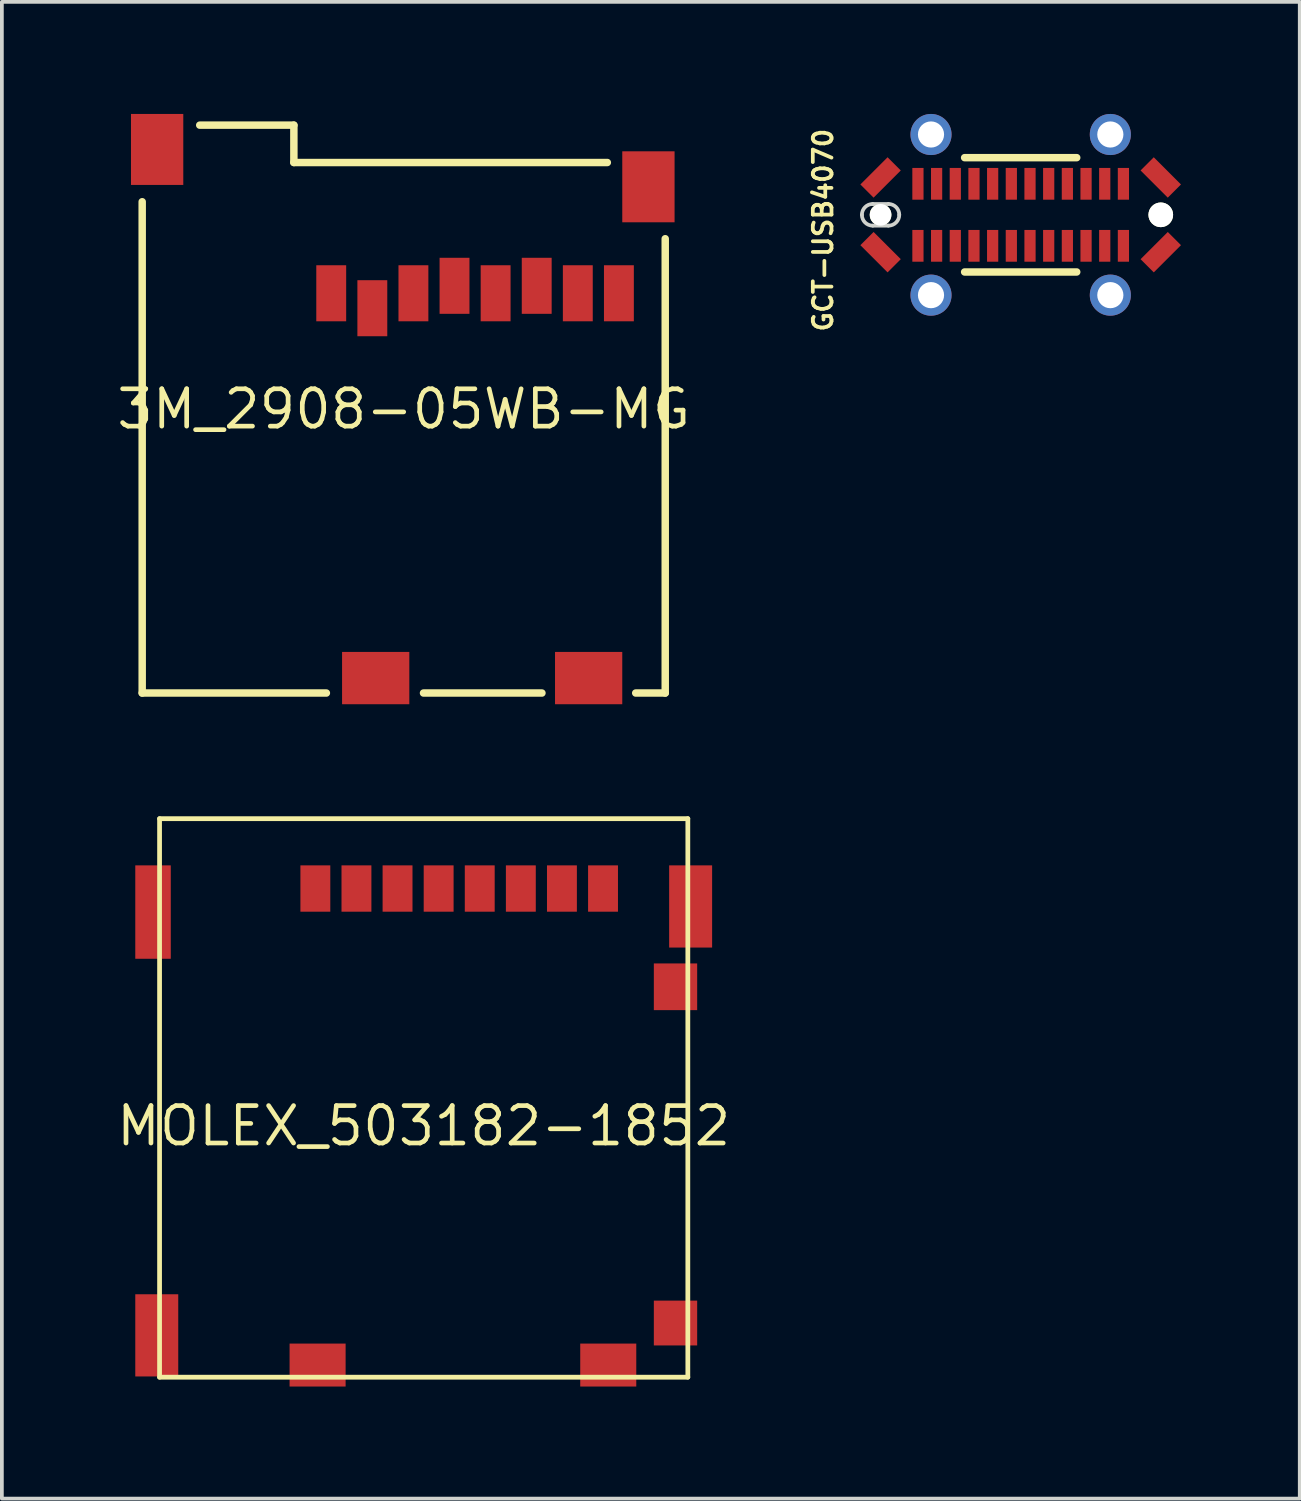
<source format=kicad_pcb>
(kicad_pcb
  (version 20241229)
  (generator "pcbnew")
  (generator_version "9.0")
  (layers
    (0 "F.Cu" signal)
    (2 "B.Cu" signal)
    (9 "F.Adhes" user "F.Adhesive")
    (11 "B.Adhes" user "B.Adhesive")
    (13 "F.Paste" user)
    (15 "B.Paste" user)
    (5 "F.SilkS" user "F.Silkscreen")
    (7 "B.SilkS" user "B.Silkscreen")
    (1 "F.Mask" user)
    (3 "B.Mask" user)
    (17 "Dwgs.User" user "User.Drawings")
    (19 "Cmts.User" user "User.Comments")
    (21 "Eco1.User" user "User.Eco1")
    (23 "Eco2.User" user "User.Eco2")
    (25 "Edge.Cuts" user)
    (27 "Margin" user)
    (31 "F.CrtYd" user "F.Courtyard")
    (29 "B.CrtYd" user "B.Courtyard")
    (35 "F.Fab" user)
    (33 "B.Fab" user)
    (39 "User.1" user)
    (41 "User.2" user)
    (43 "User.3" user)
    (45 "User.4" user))
  (footprint "GCT-USB4070"
    (layer "F.Cu")
    (at 24.27 2.7)
    (property "Reference" "GCT-USB4070" (at -5.29 0.41 90) (layer "F.SilkS") (effects (font (size 0.5 0.5) (thickness 0.1))))
    (attr smd)
    (fp_poly (pts (xy -4.354 -0.39) (xy -3.15 -0.39) (xy -3.15 0.39) (xy -4.354 0.39)) (stroke (width 0) (type solid)) (fill yes) (layer "F.Mask"))
    (fp_poly (pts (xy -4.356 -0.39) (xy -3.15 -0.39) (xy -3.15 0.391) (xy -4.356 0.391)) (stroke (width 0) (type solid)) (fill yes) (layer "B.Mask"))
    (fp_line (start -1.5 -1.53) (end 1.5 -1.53) (stroke (width 0.2) (type solid)) (layer "F.SilkS"))
    (fp_line (start -1.5 1.53) (end 1.5 1.53) (stroke (width 0.2) (type solid)) (layer "F.SilkS"))
    (fp_line (start -4.42 0.3) (end -4.42 -0.3) (stroke (width 0.1) (type solid)) (layer "Eco2.User"))
    (fp_line (start -3.19 -1.53) (end 3.19 -1.53) (stroke (width 0.1) (type solid)) (layer "Eco2.User"))
    (fp_line (start -3.19 1.53) (end 3.19 1.53) (stroke (width 0.1) (type solid)) (layer "Eco2.User"))
    (fp_line (start 4.42 0.3) (end 4.42 -0.3) (stroke (width 0.1) (type solid)) (layer "Eco2.User"))
    (fp_arc (start -4.42 -0.3) (mid -4.059741 -1.169741) (end -3.19 -1.53) (stroke (width 0.1) (type solid)) (layer "Eco2.User"))
    (fp_arc (start -3.19 1.53) (mid -4.059741 1.169741) (end -4.42 0.3) (stroke (width 0.1) (type solid)) (layer "Eco2.User"))
    (fp_arc (start 3.19 -1.53) (mid 4.059741 -1.169741) (end 4.42 -0.3) (stroke (width 0.1) (type solid)) (layer "Eco2.User"))
    (fp_arc (start 4.42 0.3) (mid 4.059741 1.169741) (end 3.19 1.53) (stroke (width 0.1) (type solid)) (layer "Eco2.User"))
    (fp_line (start -3.96 0.29) (end -3.54 0.29) (stroke (width 0.1) (type solid)) (layer "Edge.Cuts"))
    (fp_line (start -3.54 -0.29) (end -3.96 -0.29) (stroke (width 0.1) (type solid)) (layer "Edge.Cuts"))
    (fp_arc (start -4.25 0) (mid -4.165061 -0.205061) (end -3.96 -0.29) (stroke (width 0.1) (type solid)) (layer "Edge.Cuts"))
    (fp_arc (start -3.96 0.29) (mid -4.165061 0.205061) (end -4.25 0) (stroke (width 0.1) (type solid)) (layer "Edge.Cuts"))
    (fp_arc (start -3.54 -0.29) (mid -3.334939 -0.205061) (end -3.25 0) (stroke (width 0.1) (type solid)) (layer "Edge.Cuts"))
    (fp_arc (start -3.25 0) (mid -3.334939 0.205061) (end -3.54 0.29) (stroke (width 0.1) (type solid)) (layer "Edge.Cuts"))
    (pad "" np_thru_hole circle (at -3.75 0) (size 0.58 0.58) (drill 0.58) (layers "*.Cu" "*.Mask" "F.SilkS"))
    (pad "" np_thru_hole circle (at 3.75 0) (size 0.66 0.66) (drill 0.66) (layers "*.Cu" "*.Mask" "F.SilkS"))
    (pad "A1" smd rect (at -2.75 -0.83) (size 0.3 0.85) (layers "F.Cu" "F.Mask" "F.Paste"))
    (pad "A2" smd rect (at -2.25 -0.83) (size 0.3 0.85) (layers "F.Cu" "F.Mask" "F.Paste"))
    (pad "A3" smd rect (at -1.75 -0.83) (size 0.3 0.85) (layers "F.Cu" "F.Mask" "F.Paste"))
    (pad "A4" smd rect (at -1.25 -0.83) (size 0.3 0.85) (layers "F.Cu" "F.Mask" "F.Paste"))
    (pad "A5" smd rect (at -0.75 -0.83) (size 0.3 0.85) (layers "F.Cu" "F.Mask" "F.Paste"))
    (pad "A6" smd rect (at -0.25 -0.83) (size 0.3 0.85) (layers "F.Cu" "F.Mask" "F.Paste"))
    (pad "A7" smd rect (at 0.25 -0.83) (size 0.3 0.85) (layers "F.Cu" "F.Mask" "F.Paste"))
    (pad "A8" smd rect (at 0.75 -0.83) (size 0.3 0.85) (layers "F.Cu" "F.Mask" "F.Paste"))
    (pad "A9" smd rect (at 1.25 -0.83) (size 0.3 0.85) (layers "F.Cu" "F.Mask" "F.Paste"))
    (pad "A10" smd rect (at 1.75 -0.83) (size 0.3 0.85) (layers "F.Cu" "F.Mask" "F.Paste"))
    (pad "A11" smd rect (at 2.25 -0.83) (size 0.3 0.85) (layers "F.Cu" "F.Mask" "F.Paste"))
    (pad "A12" smd rect (at 2.75 -0.83) (size 0.3 0.85) (layers "F.Cu" "F.Mask" "F.Paste"))
    (pad "B1" smd rect (at 2.75 0.83) (size 0.3 0.85) (layers "F.Cu" "F.Mask" "F.Paste"))
    (pad "B2" smd rect (at 2.25 0.83) (size 0.3 0.85) (layers "F.Cu" "F.Mask" "F.Paste"))
    (pad "B3" smd rect (at 1.75 0.83) (size 0.3 0.85) (layers "F.Cu" "F.Mask" "F.Paste"))
    (pad "B4" smd rect (at 1.25 0.83) (size 0.3 0.85) (layers "F.Cu" "F.Mask" "F.Paste"))
    (pad "B5" smd rect (at 0.75 0.83) (size 0.3 0.85) (layers "F.Cu" "F.Mask" "F.Paste"))
    (pad "B6" smd rect (at 0.25 0.83) (size 0.3 0.85) (layers "F.Cu" "F.Mask" "F.Paste"))
    (pad "B7" smd rect (at -0.25 0.83) (size 0.3 0.85) (layers "F.Cu" "F.Mask" "F.Paste"))
    (pad "B8" smd rect (at -0.75 0.83) (size 0.3 0.85) (layers "F.Cu" "F.Mask" "F.Paste"))
    (pad "B9" smd rect (at -1.25 0.83) (size 0.3 0.85) (layers "F.Cu" "F.Mask" "F.Paste"))
    (pad "B10" smd rect (at -1.75 0.83) (size 0.3 0.85) (layers "F.Cu" "F.Mask" "F.Paste"))
    (pad "B11" smd rect (at -2.25 0.83) (size 0.3 0.85) (layers "F.Cu" "F.Mask" "F.Paste"))
    (pad "B12" smd rect (at -2.75 0.83) (size 0.3 0.85) (layers "F.Cu" "F.Mask" "F.Paste"))
    (pad "T1" smd rect (at -3.75 -1 45) (size 1.03 0.5) (layers "F.Cu" "F.Mask" "F.Paste"))
    (pad "T1" smd rect (at -3.75 1 315) (size 1.03 0.5) (layers "F.Cu" "F.Mask" "F.Paste"))
    (pad "T1" thru_hole circle (at -2.4 -2.15) (size 1.1 1.1) (drill 0.7) (layers "*.Cu" "*.Mask"))
    (pad "T1" thru_hole circle (at -2.4 2.15) (size 1.1 1.1) (drill 0.7) (layers "*.Cu" "*.Mask"))
    (pad "T2" thru_hole circle (at 2.4 -2.15) (size 1.1 1.1) (drill 0.7) (layers "*.Cu" "*.Mask"))
    (pad "T2" thru_hole circle (at 2.4 2.15) (size 1.1 1.1) (drill 0.7) (layers "*.Cu" "*.Mask"))
    (pad "T2" smd rect (at 3.75 -1 315) (size 1.03 0.5) (layers "F.Cu" "F.Mask" "F.Paste"))
    (pad "T2" smd rect (at 3.75 1 45) (size 1.03 0.5) (layers "F.Cu" "F.Mask" "F.Paste")))
  (footprint "MOLEX_503182-1852"
    (layer "F.Cu")
    (at 8.291 27.088)
    (property "Reference" "MOLEX_503182-1852" (at 0 0 0) (layer "F.SilkS") (effects (font (size 1.002 1.002) (thickness 0.125))))
    (attr smd)
    (fp_line (start -7.07 -8.225) (end 7.07 -8.225) (stroke (width 0.127) (type solid)) (layer "F.SilkS"))
    (fp_line (start -7.07 6.725) (end -7.07 -8.225) (stroke (width 0.127) (type solid)) (layer "F.SilkS"))
    (fp_line (start 7.07 -8.225) (end 7.07 6.725) (stroke (width 0.127) (type solid)) (layer "F.SilkS"))
    (fp_line (start 7.07 6.725) (end -7.07 6.725) (stroke (width 0.127) (type solid)) (layer "F.SilkS"))
    (pad "1" smd rect (at -2.9 -6.355) (size 0.8 1.24) (layers "F.Cu" "F.Mask" "F.Paste"))
    (pad "2" smd rect (at -1.8 -6.355) (size 0.8 1.24) (layers "F.Cu" "F.Mask" "F.Paste"))
    (pad "3" smd rect (at -0.7 -6.355) (size 0.8 1.24) (layers "F.Cu" "F.Mask" "F.Paste"))
    (pad "4" smd rect (at 0.4 -6.355) (size 0.8 1.24) (layers "F.Cu" "F.Mask" "F.Paste"))
    (pad "5" smd rect (at 1.5 -6.355) (size 0.8 1.24) (layers "F.Cu" "F.Mask" "F.Paste"))
    (pad "6" smd rect (at 2.6 -6.355) (size 0.8 1.24) (layers "F.Cu" "F.Mask" "F.Paste"))
    (pad "7" smd rect (at 3.7 -6.355) (size 0.8 1.24) (layers "F.Cu" "F.Mask" "F.Paste"))
    (pad "8" smd rect (at 4.8 -6.355) (size 0.8 1.24) (layers "F.Cu" "F.Mask" "F.Paste"))
    (pad "DT" smd rect (at 6.74 5.275) (size 1.16 1.2) (layers "F.Cu" "F.Mask" "F.Paste"))
    (pad "P1" smd rect (at -7.245 -5.725) (size 0.95 2.5) (layers "F.Cu" "F.Mask" "F.Paste"))
    (pad "P2" smd rect (at 7.145 -5.875) (size 1.15 2.2) (layers "F.Cu" "F.Mask" "F.Paste"))
    (pad "P3" smd rect (at -7.145 5.605) (size 1.15 2.2) (layers "F.Cu" "F.Mask" "F.Paste"))
    (pad "P4" smd rect (at -2.84 6.4) (size 1.5 1.15) (layers "F.Cu" "F.Mask" "F.Paste"))
    (pad "P5" smd rect (at 4.94 6.4) (size 1.5 1.15) (layers "F.Cu" "F.Mask" "F.Paste"))
    (pad "SW" smd rect (at 6.74 -3.725) (size 1.16 1.25) (layers "F.Cu" "F.Mask" "F.Paste")))
  (footprint "3M_2908-05WB-MG"
    (layer "F.Cu")
    (at 7.756 7.9)
    (property "Reference" "3M_2908-05WB-MG" (at 0 0 0) (layer "F.SilkS") (effects (font (size 1 1) (thickness 0.125))))
    (attr smd)
    (fp_line (start -7 -5.55) (end -7 7.6) (stroke (width 0.2) (type solid)) (layer "F.SilkS"))
    (fp_line (start -7 7.6) (end -2.07 7.6) (stroke (width 0.2) (type solid)) (layer "F.SilkS"))
    (fp_line (start -5.46 -7.6) (end -2.94 -7.6) (stroke (width 0.2) (type solid)) (layer "F.SilkS"))
    (fp_line (start -2.94 -7.6) (end -2.94 -6.6) (stroke (width 0.2) (type solid)) (layer "F.SilkS"))
    (fp_line (start -2.94 -6.6) (end 5.45 -6.6) (stroke (width 0.2) (type solid)) (layer "F.SilkS"))
    (fp_line (start 0.53 7.6) (end 3.7 7.6) (stroke (width 0.2) (type solid)) (layer "F.SilkS"))
    (fp_line (start 6.21 7.6) (end 7 7.6) (stroke (width 0.2) (type solid)) (layer "F.SilkS"))
    (fp_line (start 7 7.6) (end 7 -4.56) (stroke (width 0.2) (type solid)) (layer "F.SilkS"))
    (pad "1" smd rect (at -1.94 -3.1) (size 0.8 1.5) (layers "F.Cu" "F.Mask" "F.Paste"))
    (pad "2" smd rect (at -0.84 -2.7) (size 0.8 1.5) (layers "F.Cu" "F.Mask" "F.Paste"))
    (pad "3" smd rect (at 0.26 -3.1) (size 0.8 1.5) (layers "F.Cu" "F.Mask" "F.Paste"))
    (pad "4" smd rect (at 1.36 -3.3) (size 0.8 1.5) (layers "F.Cu" "F.Mask" "F.Paste"))
    (pad "5" smd rect (at 2.46 -3.1) (size 0.8 1.5) (layers "F.Cu" "F.Mask" "F.Paste"))
    (pad "6" smd rect (at 3.56 -3.3) (size 0.8 1.5) (layers "F.Cu" "F.Mask" "F.Paste"))
    (pad "7" smd rect (at 4.66 -3.1) (size 0.8 1.5) (layers "F.Cu" "F.Mask" "F.Paste"))
    (pad "8" smd rect (at 5.76 -3.1) (size 0.8 1.5) (layers "F.Cu" "F.Mask" "F.Paste"))
    (pad "P$1" smd rect (at 6.55 -5.95) (size 1.4 1.9) (layers "F.Cu" "F.Mask" "F.Paste"))
    (pad "P$2" smd rect (at -6.6 -6.95) (size 1.4 1.9) (layers "F.Cu" "F.Mask" "F.Paste"))
    (pad "P$3" smd rect (at 4.95 7.2 90) (size 1.4 1.8) (layers "F.Cu" "F.Mask" "F.Paste"))
    (pad "P$4" smd rect (at -0.75 7.2 90) (size 1.4 1.8) (layers "F.Cu" "F.Mask" "F.Paste")))
  (gr_rect
    (start -3 -3)
    (end 31.74 37.063)
    (stroke (width 0.1) (type default))
    (fill no)
    (layer "Edge.Cuts")))
</source>
